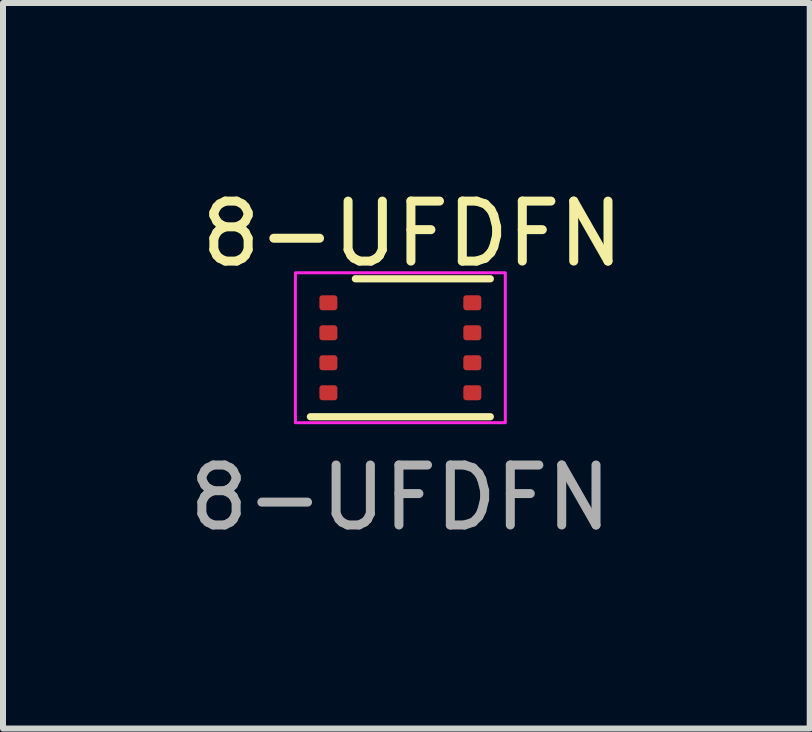
<source format=kicad_pcb>
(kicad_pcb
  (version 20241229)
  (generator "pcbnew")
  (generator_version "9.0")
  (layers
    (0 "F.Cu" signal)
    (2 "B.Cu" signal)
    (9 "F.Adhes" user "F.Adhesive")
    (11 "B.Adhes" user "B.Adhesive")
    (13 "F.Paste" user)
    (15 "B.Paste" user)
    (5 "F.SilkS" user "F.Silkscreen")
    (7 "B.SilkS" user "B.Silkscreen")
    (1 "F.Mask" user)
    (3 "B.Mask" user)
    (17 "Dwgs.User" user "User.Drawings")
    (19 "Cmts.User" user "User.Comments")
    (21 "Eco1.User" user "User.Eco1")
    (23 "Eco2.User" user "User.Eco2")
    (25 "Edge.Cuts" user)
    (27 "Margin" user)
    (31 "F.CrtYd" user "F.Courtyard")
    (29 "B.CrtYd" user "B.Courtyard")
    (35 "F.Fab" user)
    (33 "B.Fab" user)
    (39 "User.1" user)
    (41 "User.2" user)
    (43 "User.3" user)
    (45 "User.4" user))
  (footprint "8-UFDFN"
    (layer "F.Cu")
    (at 3.625 2.748)
    (property "Reference" "8-UFDFN" (at 0.2 -1.9 0) (unlocked yes) (layer "F.SilkS") (effects (font (size 1 1) (thickness 0.15))))
    (attr smd)
    (fp_line (start -0.75 -1.15) (end 1.5 -1.15) (stroke (width 0.12) (type default)) (layer "F.SilkS"))
    (fp_line (start 1.5 1.15) (end -1.5 1.15) (stroke (width 0.12) (type default)) (layer "F.SilkS"))
    (fp_rect (start -1.75 -1.25) (end 1.75 1.25) (stroke (width 0.05) (type default)) (fill no) (layer "F.CrtYd"))
    (fp_text user "${REFERENCE}" (at 0 2.5 0) (unlocked yes) (layer "F.Fab") (effects (font (size 1 1) (thickness 0.15))))
    (pad "1" smd roundrect (at -1.2 -0.75) (size 0.3 0.25) (layers "F.Cu" "F.Mask" "F.Paste") (roundrect_rratio 0.2))
    (pad "2" smd roundrect (at -1.2 -0.25) (size 0.3 0.25) (layers "F.Cu" "F.Mask" "F.Paste") (roundrect_rratio 0.2))
    (pad "3" smd roundrect (at -1.2 0.25) (size 0.3 0.25) (layers "F.Cu" "F.Mask" "F.Paste") (roundrect_rratio 0.2))
    (pad "4" smd roundrect (at -1.2 0.75) (size 0.3 0.25) (layers "F.Cu" "F.Mask" "F.Paste") (roundrect_rratio 0.2))
    (pad "5" smd roundrect (at 1.2 0.75) (size 0.3 0.25) (layers "F.Cu" "F.Mask" "F.Paste") (roundrect_rratio 0.2))
    (pad "6" smd roundrect (at 1.2 0.25) (size 0.3 0.25) (layers "F.Cu" "F.Mask" "F.Paste") (roundrect_rratio 0.2))
    (pad "7" smd roundrect (at 1.2 -0.25) (size 0.3 0.25) (layers "F.Cu" "F.Mask" "F.Paste") (roundrect_rratio 0.2))
    (pad "8" smd roundrect (at 1.2 -0.75) (size 0.3 0.25) (layers "F.Cu" "F.Mask" "F.Paste") (roundrect_rratio 0.2)))
  (gr_rect
    (start -3 -3)
    (end 10.45 9.097)
    (stroke (width 0.1) (type default))
    (fill no)
    (layer "Edge.Cuts")))
</source>
